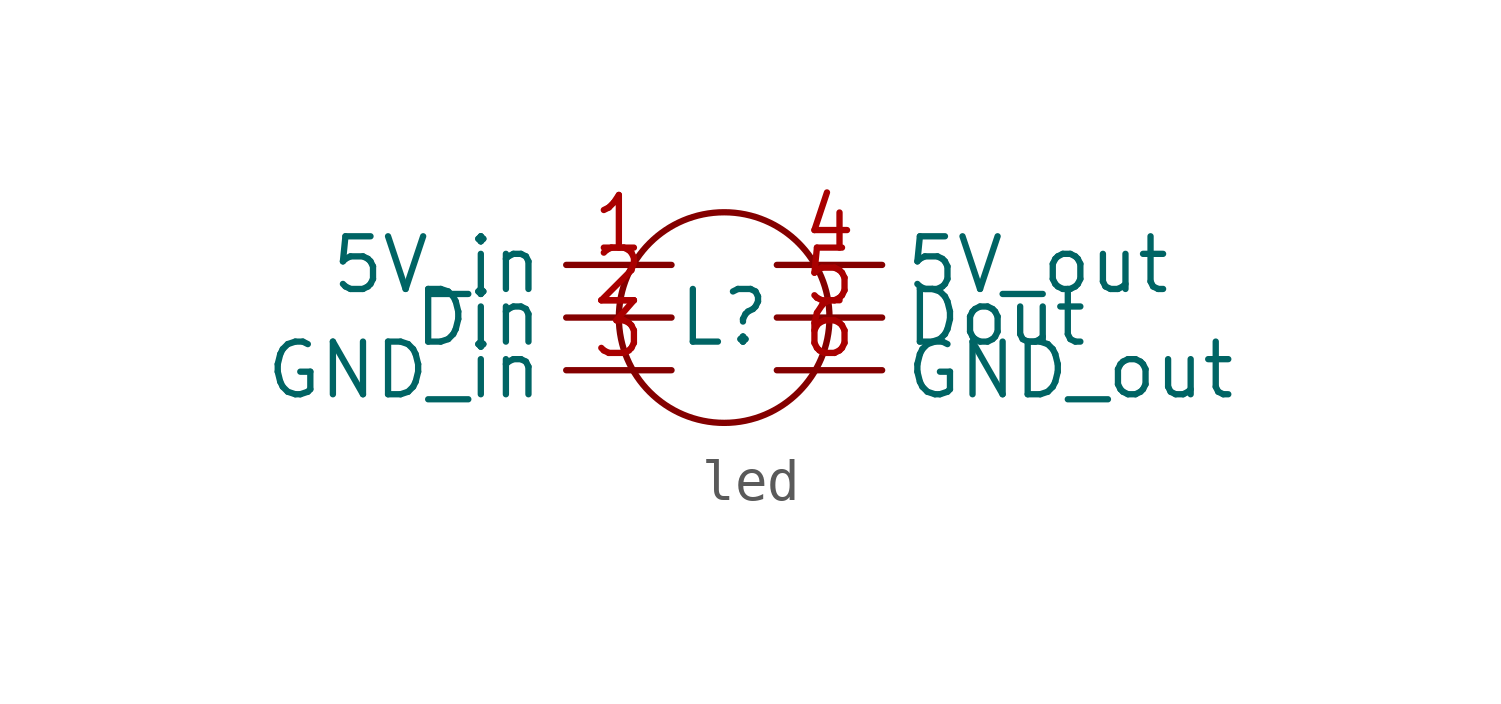
<source format=kicad_sym>
(kicad_symbol_lib
  (version 20220914)
  (generator kicad_symbol_editor)
  (symbol "led"
    (property "Reference" "L"
      (at 0 0 0)
      (effects (font (size 1.27 1.27))))
    (property "Value" ""
      (at 0 0 0)
      (effects (font (size 1.27 1.27))))
    (symbol "led_0_1"
      (circle (center 0 0) (radius 2.54) (stroke (width 0) (type default)) (fill (type none))))
    (symbol "led_1_1"
      (pin passive line (at -1.27 1.27 180) (length 2.54) (name "5V_in" (effects (font (size 1.27 1.27)))) (number "1" (effects (font (size 1.27 1.27)))))
      (pin passive line (at -1.27 0 180) (length 2.54) (name "Din" (effects (font (size 1.27 1.27)))) (number "2" (effects (font (size 1.27 1.27)))))
      (pin passive line (at -1.27 -1.27 180) (length 2.54) (name "GND_in" (effects (font (size 1.27 1.27)))) (number "3" (effects (font (size 1.27 1.27)))))
      (pin passive line (at 1.27 1.27 0) (length 2.54) (name "5V_out" (effects (font (size 1.27 1.27)))) (number "4" (effects (font (size 1.27 1.27)))))
      (pin passive line (at 1.27 0 0) (length 2.54) (name "Dout" (effects (font (size 1.27 1.27)))) (number "5" (effects (font (size 1.27 1.27)))))
      (pin passive line (at 1.27 -1.27 0) (length 2.54) (name "GND_out" (effects (font (size 1.27 1.27)))) (number "6" (effects (font (size 1.27 1.27))))))))
</source>
